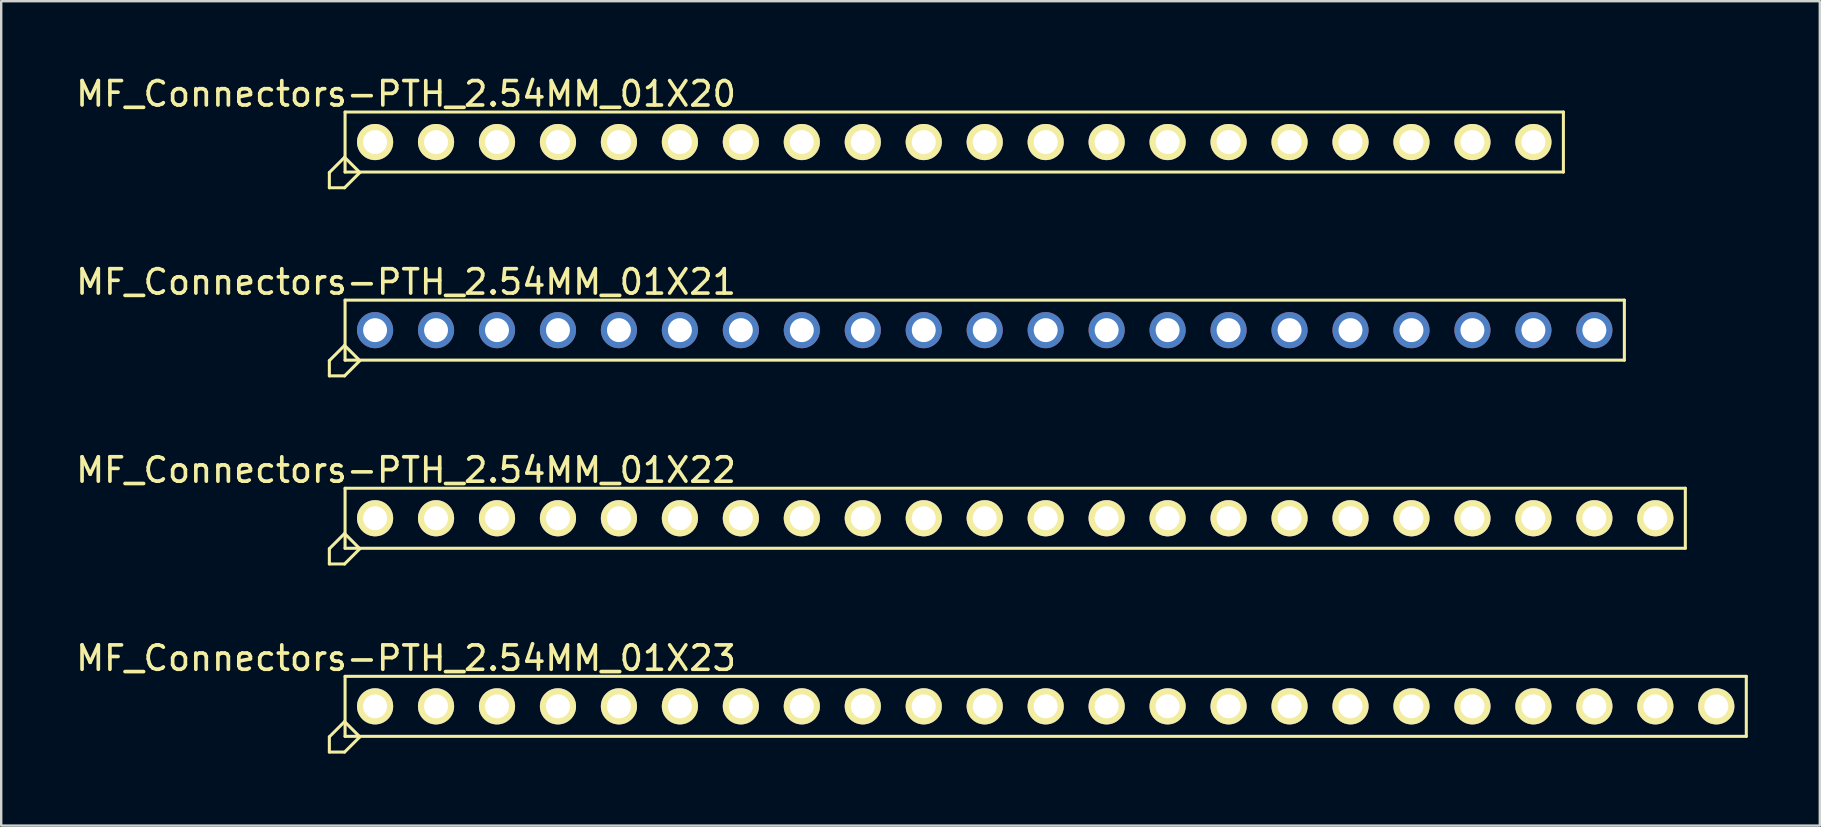
<source format=kicad_pcb>
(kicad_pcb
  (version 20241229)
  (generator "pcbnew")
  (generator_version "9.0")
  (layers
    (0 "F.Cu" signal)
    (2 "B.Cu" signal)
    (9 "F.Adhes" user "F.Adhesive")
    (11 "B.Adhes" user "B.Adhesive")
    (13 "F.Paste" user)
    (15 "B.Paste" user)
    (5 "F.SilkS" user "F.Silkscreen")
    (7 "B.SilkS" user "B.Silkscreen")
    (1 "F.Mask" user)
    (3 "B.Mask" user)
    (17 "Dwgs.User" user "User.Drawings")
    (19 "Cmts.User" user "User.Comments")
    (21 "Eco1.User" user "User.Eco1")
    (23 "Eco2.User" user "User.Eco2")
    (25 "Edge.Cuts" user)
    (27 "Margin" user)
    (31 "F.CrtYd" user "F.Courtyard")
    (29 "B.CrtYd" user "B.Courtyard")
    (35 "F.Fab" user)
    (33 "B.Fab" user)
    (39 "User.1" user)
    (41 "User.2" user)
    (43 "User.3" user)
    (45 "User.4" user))
  (footprint "MF_Connectors-PTH_2.54MM_01X23"
    (layer "F.Cu")
    (at 40.517 26.379)
    (property "Reference" "MF_Connectors-PTH_2.54MM_01X23" (at -26.65 -2.007 0) (layer "F.SilkS") (effects (font (size 1.016 1.016) (thickness 0.152))))
    (attr exclude_from_pos_files exclude_from_bom)
    (fp_line (start -29.845 1.27) (end -29.845 1.905) (stroke (width 0.127) (type solid)) (layer "F.SilkS"))
    (fp_line (start -29.845 1.905) (end -29.21 1.905) (stroke (width 0.127) (type solid)) (layer "F.SilkS"))
    (fp_line (start -29.21 0.635) (end -29.845 1.27) (stroke (width 0.127) (type solid)) (layer "F.SilkS"))
    (fp_line (start -29.21 1.905) (end -28.575 1.27) (stroke (width 0.127) (type solid)) (layer "F.SilkS"))
    (fp_line (start -29.19 -1.25) (end 29.19 -1.25) (stroke (width 0.127) (type solid)) (layer "F.SilkS"))
    (fp_line (start -29.19 1.25) (end -29.19 -1.25) (stroke (width 0.127) (type solid)) (layer "F.SilkS"))
    (fp_line (start -28.575 1.27) (end -29.21 0.635) (stroke (width 0.127) (type solid)) (layer "F.SilkS"))
    (fp_line (start 29.19 -1.25) (end 29.19 1.25) (stroke (width 0.127) (type solid)) (layer "F.SilkS"))
    (fp_line (start 29.19 1.25) (end -29.19 1.25) (stroke (width 0.127) (type solid)) (layer "F.SilkS"))
    (pad "P$1" thru_hole circle (at -27.94 0) (size 1.506 1.506) (drill 0.998) (layers "*.Cu" "F.Mask" "F.SilkS" "F.Paste"))
    (pad "P$2" thru_hole circle (at -25.4 0) (size 1.506 1.506) (drill 0.998) (layers "*.Cu" "F.Mask" "F.SilkS" "F.Paste"))
    (pad "P$3" thru_hole circle (at -22.86 0) (size 1.506 1.506) (drill 0.998) (layers "*.Cu" "F.Mask" "F.SilkS" "F.Paste"))
    (pad "P$4" thru_hole circle (at -20.32 0) (size 1.506 1.506) (drill 0.998) (layers "*.Cu" "F.Mask" "F.SilkS" "F.Paste"))
    (pad "P$5" thru_hole circle (at -17.78 0) (size 1.506 1.506) (drill 0.998) (layers "*.Cu" "F.Mask" "F.SilkS" "F.Paste"))
    (pad "P$6" thru_hole circle (at -15.24 0) (size 1.506 1.506) (drill 0.998) (layers "*.Cu" "F.Mask" "F.SilkS" "F.Paste"))
    (pad "P$7" thru_hole circle (at -12.7 0) (size 1.506 1.506) (drill 0.998) (layers "*.Cu" "F.Mask" "F.SilkS" "F.Paste"))
    (pad "P$8" thru_hole circle (at -10.16 0) (size 1.506 1.506) (drill 0.998) (layers "*.Cu" "F.Mask" "F.SilkS" "F.Paste"))
    (pad "P$9" thru_hole circle (at -7.62 0) (size 1.506 1.506) (drill 0.998) (layers "*.Cu" "F.Mask" "F.SilkS" "F.Paste"))
    (pad "P$10" thru_hole circle (at -5.08 0) (size 1.506 1.506) (drill 0.998) (layers "*.Cu" "F.Mask" "F.SilkS" "F.Paste"))
    (pad "P$11" thru_hole circle (at -2.54 0) (size 1.506 1.506) (drill 0.998) (layers "*.Cu" "F.Mask" "F.SilkS" "F.Paste"))
    (pad "P$12" thru_hole circle (at 0 0) (size 1.506 1.506) (drill 0.998) (layers "*.Cu" "F.Mask" "F.SilkS" "F.Paste"))
    (pad "P$13" thru_hole circle (at 2.54 0) (size 1.506 1.506) (drill 0.998) (layers "*.Cu" "F.Mask" "F.SilkS" "F.Paste"))
    (pad "P$14" thru_hole circle (at 5.08 0) (size 1.506 1.506) (drill 0.998) (layers "*.Cu" "F.Mask" "F.SilkS" "F.Paste"))
    (pad "P$15" thru_hole circle (at 7.62 0) (size 1.506 1.506) (drill 0.998) (layers "*.Cu" "F.Mask" "F.SilkS" "F.Paste"))
    (pad "P$16" thru_hole circle (at 10.16 0) (size 1.506 1.506) (drill 0.998) (layers "*.Cu" "F.Mask" "F.SilkS" "F.Paste"))
    (pad "P$17" thru_hole circle (at 12.7 0) (size 1.506 1.506) (drill 0.998) (layers "*.Cu" "F.Mask" "F.SilkS" "F.Paste"))
    (pad "P$18" thru_hole circle (at 15.24 0) (size 1.506 1.506) (drill 0.998) (layers "*.Cu" "F.Mask" "F.SilkS" "F.Paste"))
    (pad "P$19" thru_hole circle (at 17.78 0) (size 1.506 1.506) (drill 0.998) (layers "*.Cu" "F.Mask" "F.SilkS" "F.Paste"))
    (pad "P$20" thru_hole circle (at 20.32 0) (size 1.506 1.506) (drill 0.998) (layers "*.Cu" "F.Mask" "F.SilkS" "F.Paste"))
    (pad "P$21" thru_hole circle (at 22.86 0) (size 1.506 1.506) (drill 0.998) (layers "*.Cu" "F.Mask" "F.SilkS" "F.Paste"))
    (pad "P$22" thru_hole circle (at 25.4 0) (size 1.506 1.506) (drill 0.998) (layers "*.Cu" "F.Mask" "F.SilkS" "F.Paste"))
    (pad "P$23" thru_hole circle (at 27.94 0) (size 1.506 1.506) (drill 0.998) (layers "*.Cu" "F.Mask" "F.SilkS" "F.Paste")))
  (footprint "MF_Connectors-PTH_2.54MM_01X21"
    (layer "F.Cu")
    (at 37.977 10.705)
    (property "Reference" "MF_Connectors-PTH_2.54MM_01X21" (at -24.11 -2.007 0) (layer "F.SilkS") (effects (font (size 1.016 1.016) (thickness 0.152))))
    (attr exclude_from_pos_files exclude_from_bom)
    (fp_line (start -27.305 1.27) (end -27.305 1.905) (stroke (width 0.127) (type solid)) (layer "F.SilkS"))
    (fp_line (start -27.305 1.905) (end -26.67 1.905) (stroke (width 0.127) (type solid)) (layer "F.SilkS"))
    (fp_line (start -26.67 0.635) (end -27.305 1.27) (stroke (width 0.127) (type solid)) (layer "F.SilkS"))
    (fp_line (start -26.67 1.905) (end -26.035 1.27) (stroke (width 0.127) (type solid)) (layer "F.SilkS"))
    (fp_line (start -26.65 -1.25) (end 26.65 -1.25) (stroke (width 0.127) (type solid)) (layer "F.SilkS"))
    (fp_line (start -26.65 1.25) (end -26.65 -1.25) (stroke (width 0.127) (type solid)) (layer "F.SilkS"))
    (fp_line (start -26.035 1.27) (end -26.67 0.635) (stroke (width 0.127) (type solid)) (layer "F.SilkS"))
    (fp_line (start 26.65 -1.25) (end 26.65 1.25) (stroke (width 0.127) (type solid)) (layer "F.SilkS"))
    (fp_line (start 26.65 1.25) (end -26.65 1.25) (stroke (width 0.127) (type solid)) (layer "F.SilkS"))
    (pad "1" thru_hole circle (at -25.4 0) (size 1.506 1.506) (drill 0.998) (layers "*.Cu" "*.Mask"))
    (pad "2" thru_hole circle (at -22.86 0) (size 1.506 1.506) (drill 0.998) (layers "*.Cu" "*.Mask"))
    (pad "3" thru_hole circle (at -20.32 0) (size 1.506 1.506) (drill 0.998) (layers "*.Cu" "*.Mask"))
    (pad "4" thru_hole circle (at -17.78 0) (size 1.506 1.506) (drill 0.998) (layers "*.Cu" "*.Mask"))
    (pad "5" thru_hole circle (at -15.24 0) (size 1.506 1.506) (drill 0.998) (layers "*.Cu" "*.Mask"))
    (pad "6" thru_hole circle (at -12.7 0) (size 1.506 1.506) (drill 0.998) (layers "*.Cu" "*.Mask"))
    (pad "7" thru_hole circle (at -10.16 0) (size 1.506 1.506) (drill 0.998) (layers "*.Cu" "*.Mask"))
    (pad "8" thru_hole circle (at -7.62 0) (size 1.506 1.506) (drill 0.998) (layers "*.Cu" "*.Mask"))
    (pad "9" thru_hole circle (at -5.08 0) (size 1.506 1.506) (drill 0.998) (layers "*.Cu" "*.Mask"))
    (pad "10" thru_hole circle (at -2.54 0) (size 1.506 1.506) (drill 0.998) (layers "*.Cu" "*.Mask"))
    (pad "11" thru_hole circle (at 0 0) (size 1.506 1.506) (drill 0.998) (layers "*.Cu" "*.Mask"))
    (pad "12" thru_hole circle (at 2.54 0) (size 1.506 1.506) (drill 0.998) (layers "*.Cu" "*.Mask"))
    (pad "13" thru_hole circle (at 5.08 0) (size 1.506 1.506) (drill 0.998) (layers "*.Cu" "*.Mask"))
    (pad "14" thru_hole circle (at 7.62 0) (size 1.506 1.506) (drill 0.998) (layers "*.Cu" "*.Mask"))
    (pad "15" thru_hole circle (at 10.16 0) (size 1.506 1.506) (drill 0.998) (layers "*.Cu" "*.Mask"))
    (pad "16" thru_hole circle (at 12.7 0) (size 1.506 1.506) (drill 0.998) (layers "*.Cu" "*.Mask"))
    (pad "17" thru_hole circle (at 15.24 0) (size 1.506 1.506) (drill 0.998) (layers "*.Cu" "*.Mask"))
    (pad "18" thru_hole circle (at 17.78 0) (size 1.506 1.506) (drill 0.998) (layers "*.Cu" "*.Mask"))
    (pad "19" thru_hole circle (at 20.32 0) (size 1.506 1.506) (drill 0.998) (layers "*.Cu" "*.Mask"))
    (pad "20" thru_hole circle (at 22.86 0) (size 1.506 1.506) (drill 0.998) (layers "*.Cu" "*.Mask"))
    (pad "21" thru_hole circle (at 25.4 0) (size 1.506 1.506) (drill 0.998) (layers "*.Cu" "*.Mask")))
  (footprint "MF_Connectors-PTH_2.54MM_01X20"
    (layer "F.Cu")
    (at 36.707 2.868)
    (property "Reference" "MF_Connectors-PTH_2.54MM_01X20" (at -22.84 -2.007 0) (layer "F.SilkS") (effects (font (size 1.016 1.016) (thickness 0.152))))
    (attr exclude_from_pos_files exclude_from_bom)
    (fp_line (start -26.035 1.27) (end -26.035 1.905) (stroke (width 0.127) (type solid)) (layer "F.SilkS"))
    (fp_line (start -26.035 1.905) (end -25.4 1.905) (stroke (width 0.127) (type solid)) (layer "F.SilkS"))
    (fp_line (start -25.4 0.635) (end -26.035 1.27) (stroke (width 0.127) (type solid)) (layer "F.SilkS"))
    (fp_line (start -25.4 1.905) (end -24.765 1.27) (stroke (width 0.127) (type solid)) (layer "F.SilkS"))
    (fp_line (start -25.38 -1.25) (end 25.38 -1.25) (stroke (width 0.127) (type solid)) (layer "F.SilkS"))
    (fp_line (start -25.38 1.25) (end -25.38 -1.25) (stroke (width 0.127) (type solid)) (layer "F.SilkS"))
    (fp_line (start -24.765 1.27) (end -25.4 0.635) (stroke (width 0.127) (type solid)) (layer "F.SilkS"))
    (fp_line (start 25.38 -1.25) (end 25.38 1.25) (stroke (width 0.127) (type solid)) (layer "F.SilkS"))
    (fp_line (start 25.38 1.25) (end -25.38 1.25) (stroke (width 0.127) (type solid)) (layer "F.SilkS"))
    (pad "P$1" thru_hole circle (at -24.13 0) (size 1.506 1.506) (drill 0.998) (layers "*.Cu" "F.Mask" "F.SilkS" "F.Paste"))
    (pad "P$2" thru_hole circle (at -21.59 0) (size 1.506 1.506) (drill 0.998) (layers "*.Cu" "F.Mask" "F.SilkS" "F.Paste"))
    (pad "P$3" thru_hole circle (at -19.05 0) (size 1.506 1.506) (drill 0.998) (layers "*.Cu" "F.Mask" "F.SilkS" "F.Paste"))
    (pad "P$4" thru_hole circle (at -16.51 0) (size 1.506 1.506) (drill 0.998) (layers "*.Cu" "F.Mask" "F.SilkS" "F.Paste"))
    (pad "P$5" thru_hole circle (at -13.97 0) (size 1.506 1.506) (drill 0.998) (layers "*.Cu" "F.Mask" "F.SilkS" "F.Paste"))
    (pad "P$6" thru_hole circle (at -11.43 0) (size 1.506 1.506) (drill 0.998) (layers "*.Cu" "F.Mask" "F.SilkS" "F.Paste"))
    (pad "P$7" thru_hole circle (at -8.89 0) (size 1.506 1.506) (drill 0.998) (layers "*.Cu" "F.Mask" "F.SilkS" "F.Paste"))
    (pad "P$8" thru_hole circle (at -6.35 0) (size 1.506 1.506) (drill 0.998) (layers "*.Cu" "F.Mask" "F.SilkS" "F.Paste"))
    (pad "P$9" thru_hole circle (at -3.81 0) (size 1.506 1.506) (drill 0.998) (layers "*.Cu" "F.Mask" "F.SilkS" "F.Paste"))
    (pad "P$10" thru_hole circle (at -1.27 0) (size 1.506 1.506) (drill 0.998) (layers "*.Cu" "F.Mask" "F.SilkS" "F.Paste"))
    (pad "P$11" thru_hole circle (at 1.27 0) (size 1.506 1.506) (drill 0.998) (layers "*.Cu" "F.Mask" "F.SilkS" "F.Paste"))
    (pad "P$12" thru_hole circle (at 3.81 0) (size 1.506 1.506) (drill 0.998) (layers "*.Cu" "F.Mask" "F.SilkS" "F.Paste"))
    (pad "P$13" thru_hole circle (at 6.35 0) (size 1.506 1.506) (drill 0.998) (layers "*.Cu" "F.Mask" "F.SilkS" "F.Paste"))
    (pad "P$14" thru_hole circle (at 8.89 0) (size 1.506 1.506) (drill 0.998) (layers "*.Cu" "F.Mask" "F.SilkS" "F.Paste"))
    (pad "P$15" thru_hole circle (at 11.43 0) (size 1.506 1.506) (drill 0.998) (layers "*.Cu" "F.Mask" "F.SilkS" "F.Paste"))
    (pad "P$16" thru_hole circle (at 13.97 0) (size 1.506 1.506) (drill 0.998) (layers "*.Cu" "F.Mask" "F.SilkS" "F.Paste"))
    (pad "P$17" thru_hole circle (at 16.51 0) (size 1.506 1.506) (drill 0.998) (layers "*.Cu" "F.Mask" "F.SilkS" "F.Paste"))
    (pad "P$18" thru_hole circle (at 19.05 0) (size 1.506 1.506) (drill 0.998) (layers "*.Cu" "F.Mask" "F.SilkS" "F.Paste"))
    (pad "P$19" thru_hole circle (at 21.59 0) (size 1.506 1.506) (drill 0.998) (layers "*.Cu" "F.Mask" "F.SilkS" "F.Paste"))
    (pad "P$20" thru_hole circle (at 24.13 0) (size 1.506 1.506) (drill 0.998) (layers "*.Cu" "F.Mask" "F.SilkS" "F.Paste")))
  (footprint "MF_Connectors-PTH_2.54MM_01X22"
    (layer "F.Cu")
    (at 39.247 18.542)
    (property "Reference" "MF_Connectors-PTH_2.54MM_01X22" (at -25.38 -2.007 0) (layer "F.SilkS") (effects (font (size 1.016 1.016) (thickness 0.152))))
    (attr exclude_from_pos_files exclude_from_bom)
    (fp_line (start -28.575 1.27) (end -28.575 1.905) (stroke (width 0.127) (type solid)) (layer "F.SilkS"))
    (fp_line (start -28.575 1.905) (end -27.94 1.905) (stroke (width 0.127) (type solid)) (layer "F.SilkS"))
    (fp_line (start -27.94 0.635) (end -28.575 1.27) (stroke (width 0.127) (type solid)) (layer "F.SilkS"))
    (fp_line (start -27.94 1.905) (end -27.305 1.27) (stroke (width 0.127) (type solid)) (layer "F.SilkS"))
    (fp_line (start -27.92 -1.25) (end 27.92 -1.25) (stroke (width 0.127) (type solid)) (layer "F.SilkS"))
    (fp_line (start -27.92 1.25) (end -27.92 -1.25) (stroke (width 0.127) (type solid)) (layer "F.SilkS"))
    (fp_line (start -27.305 1.27) (end -27.94 0.635) (stroke (width 0.127) (type solid)) (layer "F.SilkS"))
    (fp_line (start 27.92 -1.25) (end 27.92 1.25) (stroke (width 0.127) (type solid)) (layer "F.SilkS"))
    (fp_line (start 27.92 1.25) (end -27.92 1.25) (stroke (width 0.127) (type solid)) (layer "F.SilkS"))
    (pad "P$1" thru_hole circle (at -26.67 0) (size 1.506 1.506) (drill 0.998) (layers "*.Cu" "F.Mask" "F.SilkS" "F.Paste"))
    (pad "P$2" thru_hole circle (at -24.13 0) (size 1.506 1.506) (drill 0.998) (layers "*.Cu" "F.Mask" "F.SilkS" "F.Paste"))
    (pad "P$3" thru_hole circle (at -21.59 0) (size 1.506 1.506) (drill 0.998) (layers "*.Cu" "F.Mask" "F.SilkS" "F.Paste"))
    (pad "P$4" thru_hole circle (at -19.05 0) (size 1.506 1.506) (drill 0.998) (layers "*.Cu" "F.Mask" "F.SilkS" "F.Paste"))
    (pad "P$5" thru_hole circle (at -16.51 0) (size 1.506 1.506) (drill 0.998) (layers "*.Cu" "F.Mask" "F.SilkS" "F.Paste"))
    (pad "P$6" thru_hole circle (at -13.97 0) (size 1.506 1.506) (drill 0.998) (layers "*.Cu" "F.Mask" "F.SilkS" "F.Paste"))
    (pad "P$7" thru_hole circle (at -11.43 0) (size 1.506 1.506) (drill 0.998) (layers "*.Cu" "F.Mask" "F.SilkS" "F.Paste"))
    (pad "P$8" thru_hole circle (at -8.89 0) (size 1.506 1.506) (drill 0.998) (layers "*.Cu" "F.Mask" "F.SilkS" "F.Paste"))
    (pad "P$9" thru_hole circle (at -6.35 0) (size 1.506 1.506) (drill 0.998) (layers "*.Cu" "F.Mask" "F.SilkS" "F.Paste"))
    (pad "P$10" thru_hole circle (at -3.81 0) (size 1.506 1.506) (drill 0.998) (layers "*.Cu" "F.Mask" "F.SilkS" "F.Paste"))
    (pad "P$11" thru_hole circle (at -1.27 0) (size 1.506 1.506) (drill 0.998) (layers "*.Cu" "F.Mask" "F.SilkS" "F.Paste"))
    (pad "P$12" thru_hole circle (at 1.27 0) (size 1.506 1.506) (drill 0.998) (layers "*.Cu" "F.Mask" "F.SilkS" "F.Paste"))
    (pad "P$13" thru_hole circle (at 3.81 0) (size 1.506 1.506) (drill 0.998) (layers "*.Cu" "F.Mask" "F.SilkS" "F.Paste"))
    (pad "P$14" thru_hole circle (at 6.35 0) (size 1.506 1.506) (drill 0.998) (layers "*.Cu" "F.Mask" "F.SilkS" "F.Paste"))
    (pad "P$15" thru_hole circle (at 8.89 0) (size 1.506 1.506) (drill 0.998) (layers "*.Cu" "F.Mask" "F.SilkS" "F.Paste"))
    (pad "P$16" thru_hole circle (at 11.43 0) (size 1.506 1.506) (drill 0.998) (layers "*.Cu" "F.Mask" "F.SilkS" "F.Paste"))
    (pad "P$17" thru_hole circle (at 13.97 0) (size 1.506 1.506) (drill 0.998) (layers "*.Cu" "F.Mask" "F.SilkS" "F.Paste"))
    (pad "P$18" thru_hole circle (at 16.51 0) (size 1.506 1.506) (drill 0.998) (layers "*.Cu" "F.Mask" "F.SilkS" "F.Paste"))
    (pad "P$19" thru_hole circle (at 19.05 0) (size 1.506 1.506) (drill 0.998) (layers "*.Cu" "F.Mask" "F.SilkS" "F.Paste"))
    (pad "P$20" thru_hole circle (at 21.59 0) (size 1.506 1.506) (drill 0.998) (layers "*.Cu" "F.Mask" "F.SilkS" "F.Paste"))
    (pad "P$21" thru_hole circle (at 24.13 0) (size 1.506 1.506) (drill 0.998) (layers "*.Cu" "F.Mask" "F.SilkS" "F.Paste"))
    (pad "P$22" thru_hole circle (at 26.67 0) (size 1.506 1.506) (drill 0.998) (layers "*.Cu" "F.Mask" "F.SilkS" "F.Paste")))
  (gr_rect
    (start -3 -3)
    (end 72.77 31.348)
    (stroke (width 0.1) (type default))
    (fill no)
    (layer "Edge.Cuts")))
</source>
